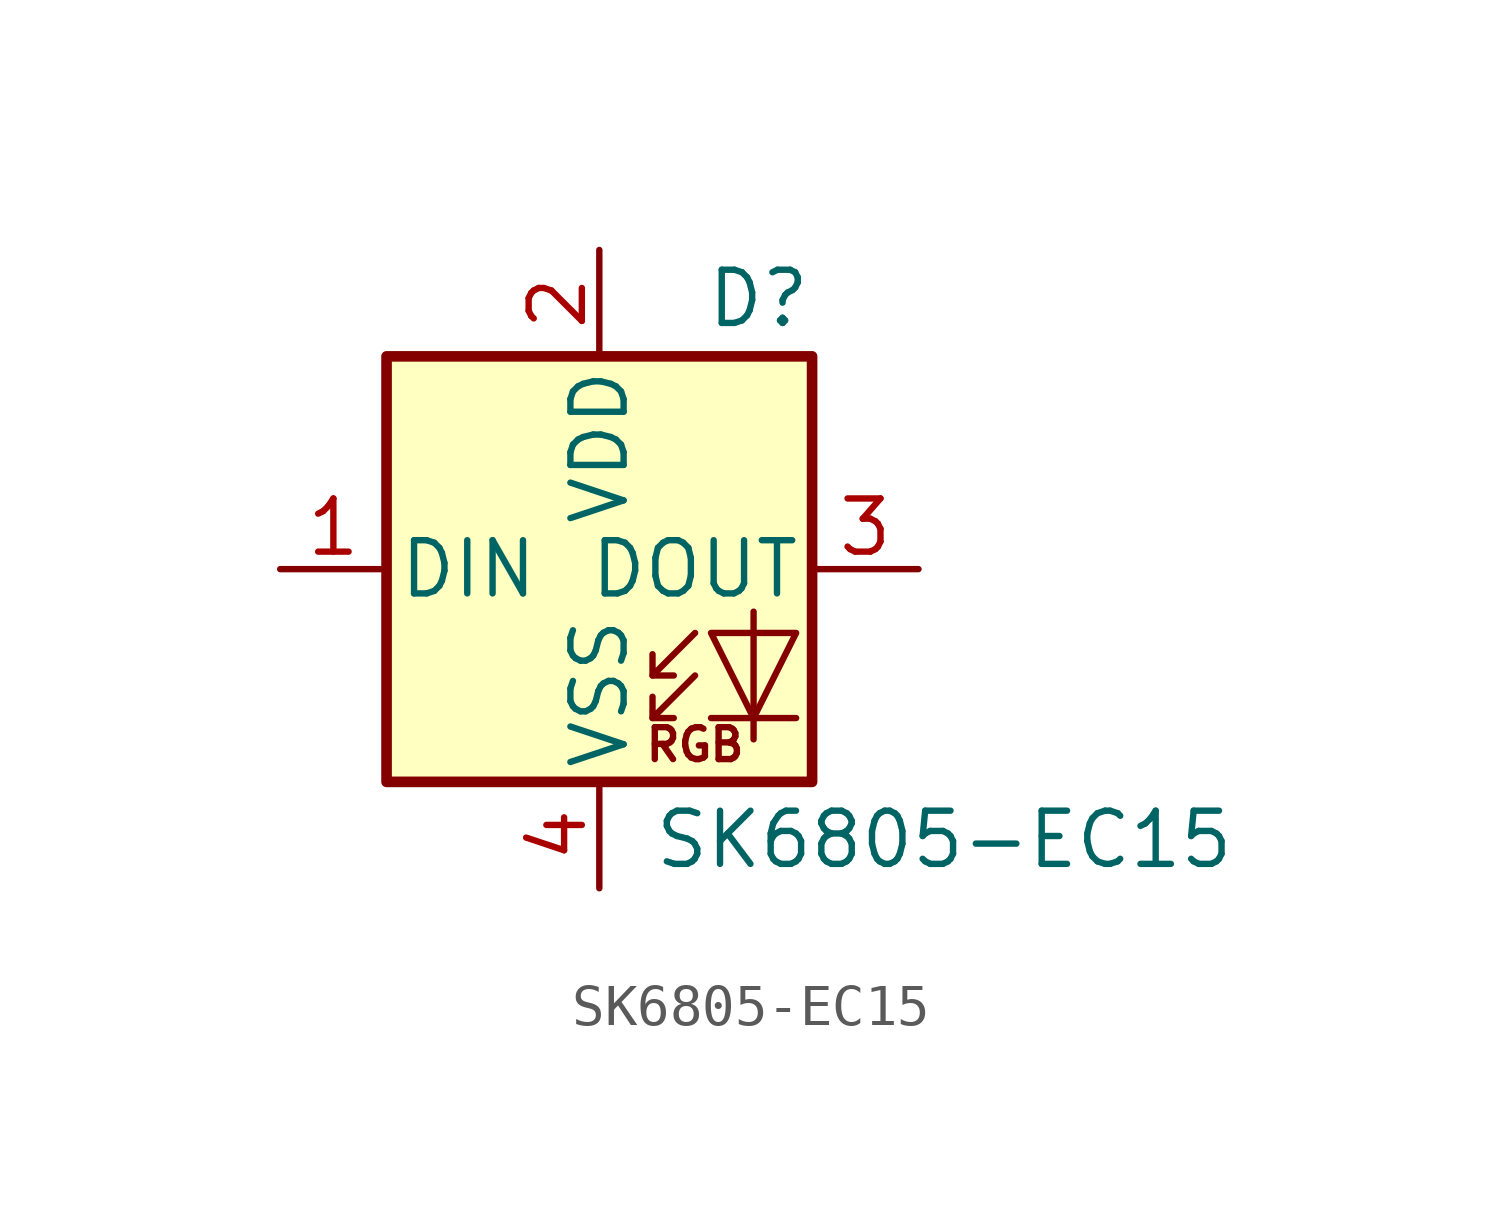
<source format=kicad_sym>
(kicad_symbol_lib
  (version 20231120)
  (generator "kicad_symbol_editor")
  (generator_version "8.0")
  (symbol "SK6805-EC15"
    (pin_names
      (offset 0.254))
    (property "Reference" "D"
      (at 5.08 5.715 0)
      (effects (font (size 1.27 1.27)) (justify right bottom)))
    (property "Value" "SK6805-EC15"
      (at 1.27 -5.715 0)
      (effects (font (size 1.27 1.27)) (justify left top)))
    (symbol "SK6805-EC15_0_0"
      (text "RGB" (at 2.286 -4.191 0) (effects (font (size 0.762 0.762)))))
    (symbol "SK6805-EC15_0_1"
      (rectangle (start -5.08 5.08) (end 5.08 -5.08) (stroke (width 0.254) (type default)) (fill (type background)))
      (polyline (pts (xy 1.27 -3.556) (xy 1.778 -3.556)) (stroke (width 0) (type default)) (fill (type none)))
      (polyline (pts (xy 1.27 -2.54) (xy 1.778 -2.54)) (stroke (width 0) (type default)) (fill (type none)))
      (polyline (pts (xy 4.699 -3.556) (xy 2.667 -3.556)) (stroke (width 0) (type default)) (fill (type none)))
      (polyline (pts (xy 2.286 -2.54) (xy 1.27 -3.556) (xy 1.27 -3.048)) (stroke (width 0) (type default)) (fill (type none)))
      (polyline (pts (xy 2.286 -1.524) (xy 1.27 -2.54) (xy 1.27 -2.032)) (stroke (width 0) (type default)) (fill (type none)))
      (polyline (pts (xy 3.683 -1.016) (xy 3.683 -3.556) (xy 3.683 -4.064)) (stroke (width 0) (type default)) (fill (type none)))
      (polyline (pts (xy 4.699 -1.524) (xy 2.667 -1.524) (xy 3.683 -3.556) (xy 4.699 -1.524)) (stroke (width 0) (type default)) (fill (type none))))
    (symbol "SK6805-EC15_1_1"
      (pin input line (at -7.62 0 0) (length 2.54) (name "DIN" (effects (font (size 1.27 1.27)))) (number "1" (effects (font (size 1.27 1.27)))))
      (pin power_in line (at 0 7.62 270) (length 2.54) (name "VDD" (effects (font (size 1.27 1.27)))) (number "2" (effects (font (size 1.27 1.27)))))
      (pin output line (at 7.62 0 180) (length 2.54) (name "DOUT" (effects (font (size 1.27 1.27)))) (number "3" (effects (font (size 1.27 1.27)))))
      (pin power_in line (at 0 -7.62 90) (length 2.54) (name "VSS" (effects (font (size 1.27 1.27)))) (number "4" (effects (font (size 1.27 1.27))))))))
</source>
